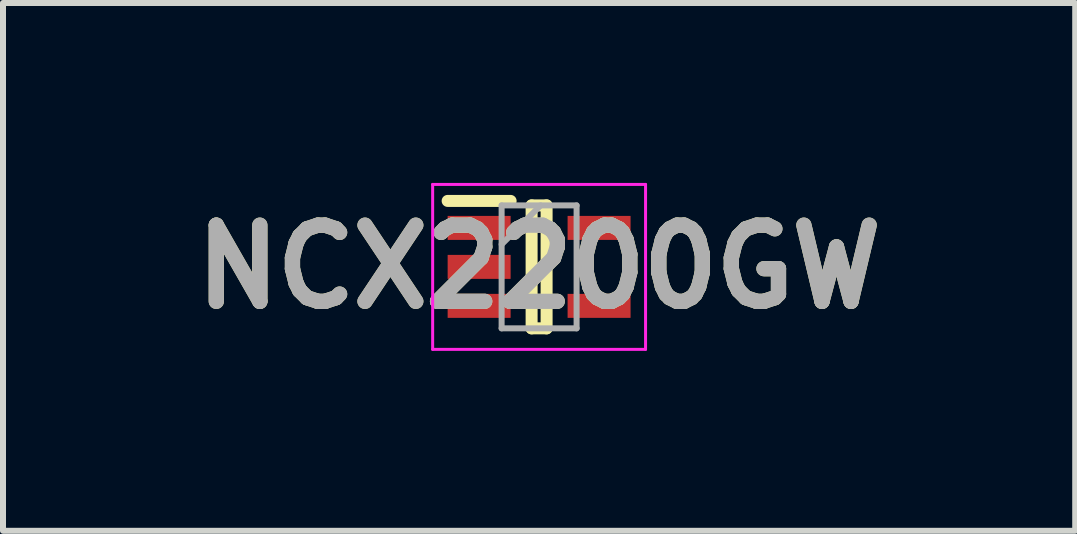
<source format=kicad_pcb>
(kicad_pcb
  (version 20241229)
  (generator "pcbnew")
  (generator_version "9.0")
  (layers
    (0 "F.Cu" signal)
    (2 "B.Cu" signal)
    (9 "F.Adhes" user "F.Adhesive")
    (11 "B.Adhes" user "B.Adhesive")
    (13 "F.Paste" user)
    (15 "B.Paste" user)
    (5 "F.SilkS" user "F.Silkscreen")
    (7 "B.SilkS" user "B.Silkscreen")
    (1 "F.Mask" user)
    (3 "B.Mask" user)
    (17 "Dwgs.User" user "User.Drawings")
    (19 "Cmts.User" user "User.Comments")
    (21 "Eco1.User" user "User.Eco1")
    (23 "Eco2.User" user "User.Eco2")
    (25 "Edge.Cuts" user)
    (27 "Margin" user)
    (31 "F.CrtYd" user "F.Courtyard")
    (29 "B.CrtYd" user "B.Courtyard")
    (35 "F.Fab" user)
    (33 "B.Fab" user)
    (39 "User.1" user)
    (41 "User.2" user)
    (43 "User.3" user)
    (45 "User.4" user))
  (footprint "NCX2200GW"
    (layer "F.Cu")
    (at 5.939 1.4)
    (property "Reference" "NCX2200GW" (at 0 0 0) (layer "F.SilkS") (effects (font (size 1.27 1.27) (thickness 0.254))))
    (attr smd)
    (fp_line (start -1.525 -1.1) (end -0.475 -1.1) (stroke (width 0.2) (type solid)) (layer "F.SilkS"))
    (fp_line (start -0.125 -1.025) (end 0.125 -1.025) (stroke (width 0.2) (type solid)) (layer "F.SilkS"))
    (fp_line (start -0.125 1.025) (end -0.125 -1.025) (stroke (width 0.2) (type solid)) (layer "F.SilkS"))
    (fp_line (start 0.125 -1.025) (end 0.125 1.025) (stroke (width 0.2) (type solid)) (layer "F.SilkS"))
    (fp_line (start 0.125 1.025) (end -0.125 1.025) (stroke (width 0.2) (type solid)) (layer "F.SilkS"))
    (fp_line (start -1.775 -1.375) (end 1.775 -1.375) (stroke (width 0.05) (type solid)) (layer "F.CrtYd"))
    (fp_line (start -1.775 1.375) (end -1.775 -1.375) (stroke (width 0.05) (type solid)) (layer "F.CrtYd"))
    (fp_line (start 1.775 -1.375) (end 1.775 1.375) (stroke (width 0.05) (type solid)) (layer "F.CrtYd"))
    (fp_line (start 1.775 1.375) (end -1.775 1.375) (stroke (width 0.05) (type solid)) (layer "F.CrtYd"))
    (fp_line (start -0.625 -1.025) (end 0.625 -1.025) (stroke (width 0.1) (type solid)) (layer "F.Fab"))
    (fp_line (start -0.625 -0.375) (end 0.025 -1.025) (stroke (width 0.1) (type solid)) (layer "F.Fab"))
    (fp_line (start -0.625 1.025) (end -0.625 -1.025) (stroke (width 0.1) (type solid)) (layer "F.Fab"))
    (fp_line (start 0.625 -1.025) (end 0.625 1.025) (stroke (width 0.1) (type solid)) (layer "F.Fab"))
    (fp_line (start 0.625 1.025) (end -0.625 1.025) (stroke (width 0.1) (type solid)) (layer "F.Fab"))
    (fp_text user "${REFERENCE}" (at 0 0 0) (layer "F.Fab") (effects (font (size 1.27 1.27) (thickness 0.254))))
    (pad "1" smd rect (at -1 -0.65 90) (size 0.4 1.05) (layers "F.Cu" "F.Mask" "F.Paste"))
    (pad "2" smd rect (at -1 0 90) (size 0.4 1.05) (layers "F.Cu" "F.Mask" "F.Paste"))
    (pad "3" smd rect (at -1 0.65 90) (size 0.4 1.05) (layers "F.Cu" "F.Mask" "F.Paste"))
    (pad "4" smd rect (at 1 0.65 90) (size 0.4 1.05) (layers "F.Cu" "F.Mask" "F.Paste"))
    (pad "5" smd rect (at 1 -0.65 90) (size 0.4 1.05) (layers "F.Cu" "F.Mask" "F.Paste")))
  (gr_rect
    (start -3 -3)
    (end 14.878 5.8)
    (stroke (width 0.1) (type default))
    (fill no)
    (layer "Edge.Cuts")))
</source>
